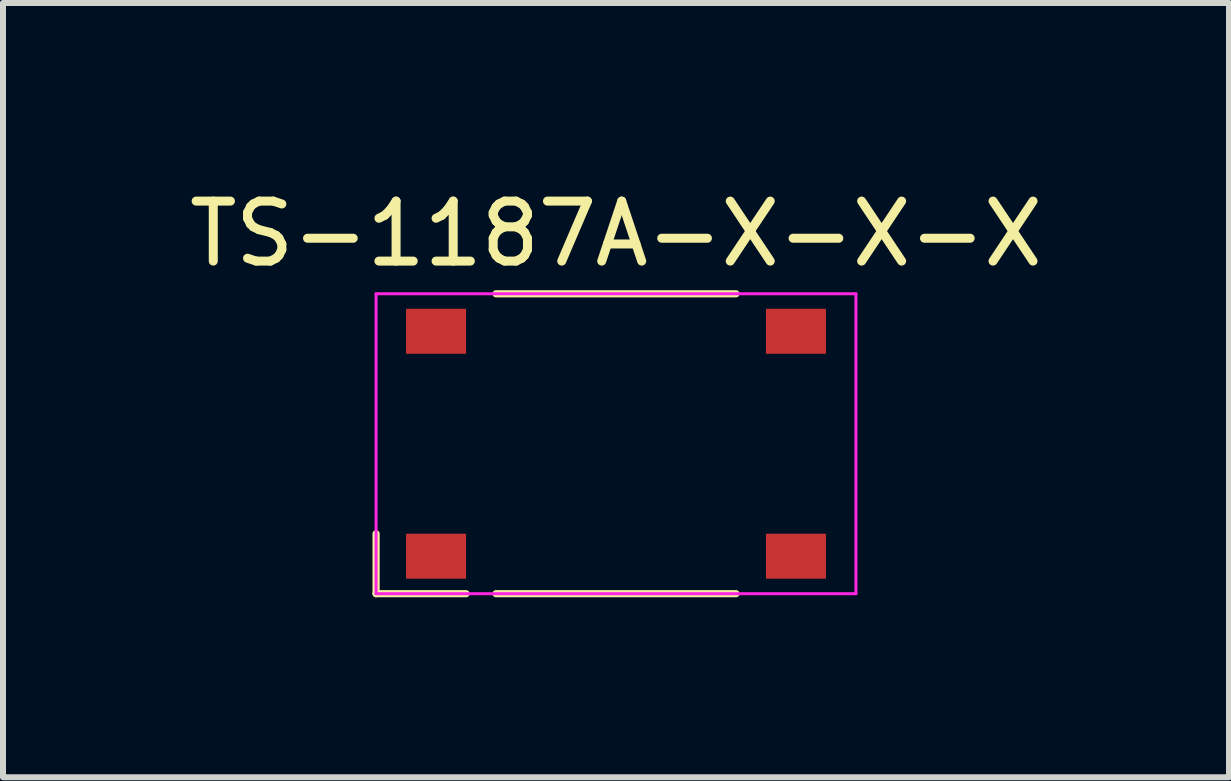
<source format=kicad_pcb>
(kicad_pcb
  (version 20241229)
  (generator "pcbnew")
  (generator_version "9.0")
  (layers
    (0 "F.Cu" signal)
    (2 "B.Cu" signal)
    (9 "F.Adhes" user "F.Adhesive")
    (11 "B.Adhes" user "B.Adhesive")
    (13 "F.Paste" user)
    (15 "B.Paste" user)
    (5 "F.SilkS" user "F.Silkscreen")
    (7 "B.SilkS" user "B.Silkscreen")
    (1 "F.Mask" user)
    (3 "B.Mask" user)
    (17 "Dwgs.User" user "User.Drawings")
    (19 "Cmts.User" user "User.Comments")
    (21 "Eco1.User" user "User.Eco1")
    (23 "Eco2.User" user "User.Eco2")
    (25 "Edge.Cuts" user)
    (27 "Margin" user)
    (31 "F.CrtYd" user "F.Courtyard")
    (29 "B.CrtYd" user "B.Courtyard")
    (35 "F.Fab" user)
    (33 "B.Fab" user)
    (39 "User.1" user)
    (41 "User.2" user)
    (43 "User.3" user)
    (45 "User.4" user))
  (footprint "TS-1187A-X-X-X"
    (layer "F.Cu")
    (at 7.22 4.348)
    (property "Reference" "TS-1187A-X-X-X" (at 0 -3.5 0) (layer "F.SilkS") (effects (font (size 1 1) (thickness 0.15))))
    (attr smd)
    (fp_line (start -4 1.5) (end -4 2.5) (stroke (width 0.12) (type solid)) (layer "F.SilkS"))
    (fp_line (start -4 2.5) (end -2.5 2.5) (stroke (width 0.12) (type solid)) (layer "F.SilkS"))
    (fp_line (start -2 -2.5) (end 2 -2.5) (stroke (width 0.12) (type solid)) (layer "F.SilkS"))
    (fp_line (start -2 2.5) (end 2 2.5) (stroke (width 0.12) (type solid)) (layer "F.SilkS"))
    (fp_line (start -4 -2.5) (end 4 -2.5) (stroke (width 0.05) (type solid)) (layer "F.CrtYd"))
    (fp_line (start -4 2.5) (end -4 -2.5) (stroke (width 0.05) (type solid)) (layer "F.CrtYd"))
    (fp_line (start 4 -2.5) (end 4 2.5) (stroke (width 0.05) (type solid)) (layer "F.CrtYd"))
    (fp_line (start 4 2.5) (end -4 2.5) (stroke (width 0.05) (type solid)) (layer "F.CrtYd"))
    (pad "1" smd rect (at -3 1.875 180) (size 1 0.75) (layers "F.Cu" "F.Mask" "F.Paste"))
    (pad "1" smd rect (at 3 1.875) (size 1 0.75) (layers "F.Cu" "F.Mask" "F.Paste"))
    (pad "2" smd rect (at -3 -1.875 180) (size 1 0.75) (layers "F.Cu" "F.Mask" "F.Paste"))
    (pad "2" smd rect (at 3 -1.875) (size 1 0.75) (layers "F.Cu" "F.Mask" "F.Paste")))
  (gr_rect
    (start -3 -3)
    (end 17.44 9.908)
    (stroke (width 0.1) (type default))
    (fill no)
    (layer "Edge.Cuts")))
</source>
